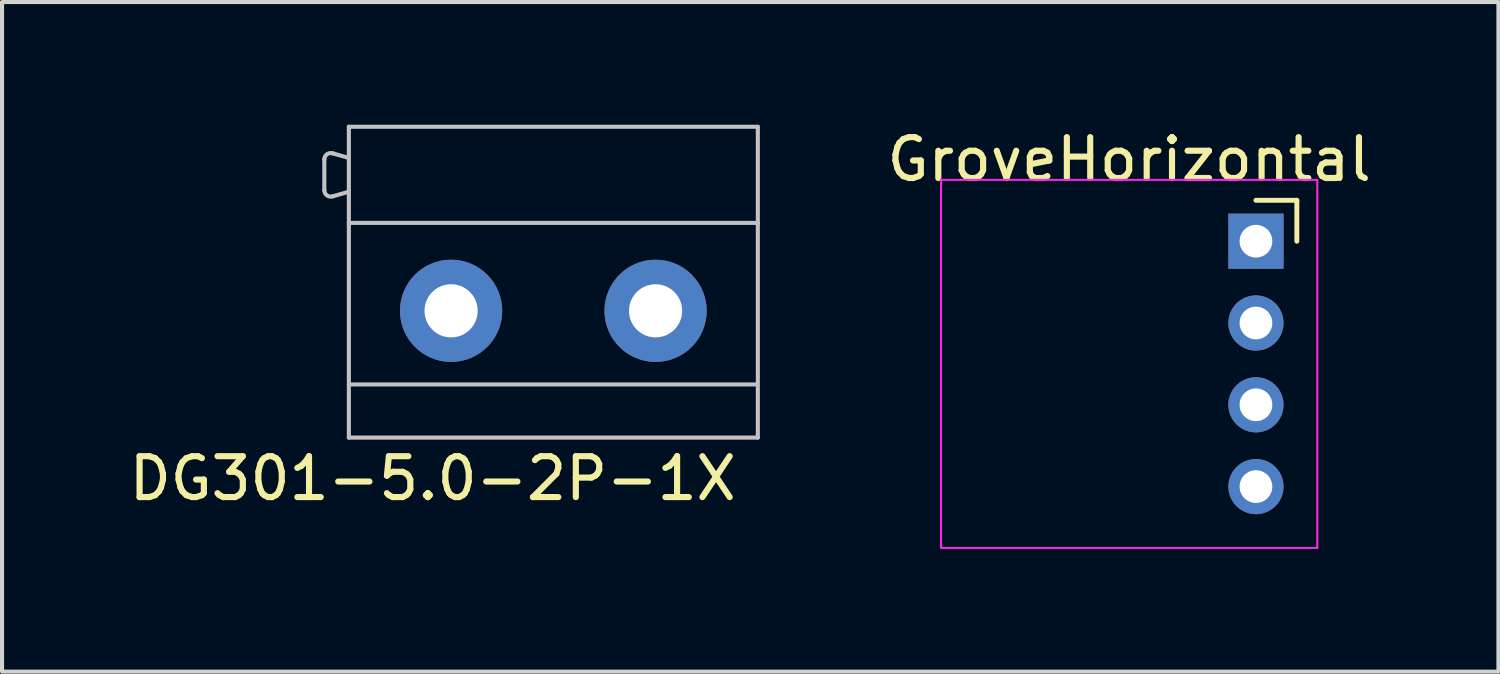
<source format=kicad_pcb>
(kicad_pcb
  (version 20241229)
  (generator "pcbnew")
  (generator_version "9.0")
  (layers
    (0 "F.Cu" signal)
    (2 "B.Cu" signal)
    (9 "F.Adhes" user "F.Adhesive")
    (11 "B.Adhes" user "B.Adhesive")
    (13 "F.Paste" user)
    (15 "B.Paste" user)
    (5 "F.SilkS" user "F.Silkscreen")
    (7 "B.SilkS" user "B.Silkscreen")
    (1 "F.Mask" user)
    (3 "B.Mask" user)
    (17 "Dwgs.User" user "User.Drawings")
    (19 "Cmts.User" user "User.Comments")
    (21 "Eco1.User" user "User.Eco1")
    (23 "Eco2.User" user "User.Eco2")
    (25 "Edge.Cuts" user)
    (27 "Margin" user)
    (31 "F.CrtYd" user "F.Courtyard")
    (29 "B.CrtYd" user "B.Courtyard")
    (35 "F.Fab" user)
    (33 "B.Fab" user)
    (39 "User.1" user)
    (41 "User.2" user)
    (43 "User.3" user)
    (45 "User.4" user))
  (footprint "GroveHorizontal"
    (layer "F.Cu")
    (at 27.66 2.848)
    (property "Reference" "GroveHorizontal" (at -3.1 -2 0) (layer "F.SilkS") (effects (font (size 1 1) (thickness 0.15))))
    (attr through_hole)
    (fp_line (start 1 -1) (end 0 -1) (stroke (width 0.12) (type solid)) (layer "F.SilkS"))
    (fp_line (start 1 0) (end 1 -1) (stroke (width 0.12) (type solid)) (layer "F.SilkS"))
    (fp_line (start -7.7 -1.5) (end 1.5 -1.5) (stroke (width 0.05) (type solid)) (layer "F.CrtYd"))
    (fp_line (start -7.7 7.5) (end -7.7 -1.5) (stroke (width 0.05) (type solid)) (layer "F.CrtYd"))
    (fp_line (start 1.5 -1.5) (end 1.5 7.5) (stroke (width 0.05) (type solid)) (layer "F.CrtYd"))
    (fp_line (start 1.5 7.5) (end -7.7 7.5) (stroke (width 0.05) (type solid)) (layer "F.CrtYd"))
    (fp_line (start 0.25 -0.25) (end 0.25 0.25) (stroke (width 0.1) (type solid)) (layer "F.Fab"))
    (fp_line (start 0.25 1.75) (end 0.25 2.25) (stroke (width 0.1) (type solid)) (layer "F.Fab"))
    (fp_line (start 0.25 3.75) (end 0.25 4.25) (stroke (width 0.1) (type solid)) (layer "F.Fab"))
    (fp_line (start 0.25 5.75) (end 0.25 6.25) (stroke (width 0.1) (type solid)) (layer "F.Fab"))
    (pad "1" thru_hole rect (at 0 0) (size 1.35 1.35) (drill 0.8) (layers "*.Cu" "*.Mask"))
    (pad "2" thru_hole oval (at 0 2) (size 1.35 1.35) (drill 0.8) (layers "*.Cu" "*.Mask"))
    (pad "3" thru_hole oval (at 0 4) (size 1.35 1.35) (drill 0.8) (layers "*.Cu" "*.Mask"))
    (pad "4" thru_hole oval (at 0 6) (size 1.35 1.35) (drill 0.8) (layers "*.Cu" "*.Mask")))
  (footprint "DG301-5.0-2P-1X"
    (layer "F.Cu")
    (at 10.48 4.55)
    (property "Reference" "DG301-5.0-2P-1X" (at -2.95 4.1 0) (layer "F.SilkS") (effects (font (size 1 1) (thickness 0.15))))
    (attr through_hole)
    (fp_line (start -5.6 -3.7) (end -5.6 -2.95) (stroke (width 0.1) (type solid)) (layer "Dwgs.User"))
    (fp_line (start -5.042 -3.75) (end -5.392 -3.85) (stroke (width 0.1) (type solid)) (layer "Dwgs.User"))
    (fp_line (start -5.042 -2.9) (end -5.392 -2.8) (stroke (width 0.1) (type solid)) (layer "Dwgs.User"))
    (fp_line (start -5 -4.5) (end -5 3.1) (stroke (width 0.1) (type solid)) (layer "Dwgs.User"))
    (fp_line (start -5 -2.15) (end 5 -2.15) (stroke (width 0.1) (type solid)) (layer "Dwgs.User"))
    (fp_line (start -5 1.8) (end 4.95 1.8) (stroke (width 0.1) (type solid)) (layer "Dwgs.User"))
    (fp_line (start -5 3.1) (end 5 3.1) (stroke (width 0.1) (type solid)) (layer "Dwgs.User"))
    (fp_line (start 5 -4.5) (end -5 -4.5) (stroke (width 0.1) (type solid)) (layer "Dwgs.User"))
    (fp_line (start 5 3.1) (end 5 -4.5) (stroke (width 0.1) (type solid)) (layer "Dwgs.User"))
    (fp_arc (start -5.6 -3.7) (mid -5.534338 -3.828268) (end -5.391888 -3.85) (stroke (width 0.1) (type solid)) (layer "Dwgs.User"))
    (fp_arc (start -5.391888 -2.8) (mid -5.534338 -2.821732) (end -5.6 -2.95) (stroke (width 0.1) (type solid)) (layer "Dwgs.User"))
    (pad "1" thru_hole circle (at -2.5 0) (size 2.5 2.5) (drill 1.3) (layers "*.Cu" "*.Mask"))
    (pad "2" thru_hole circle (at 2.5 0) (size 2.5 2.5) (drill 1.3) (layers "*.Cu" "*.Mask")))
  (gr_rect
    (start -3 -3)
    (end 33.589 13.373)
    (stroke (width 0.1) (type default))
    (fill no)
    (layer "Edge.Cuts")))
</source>
